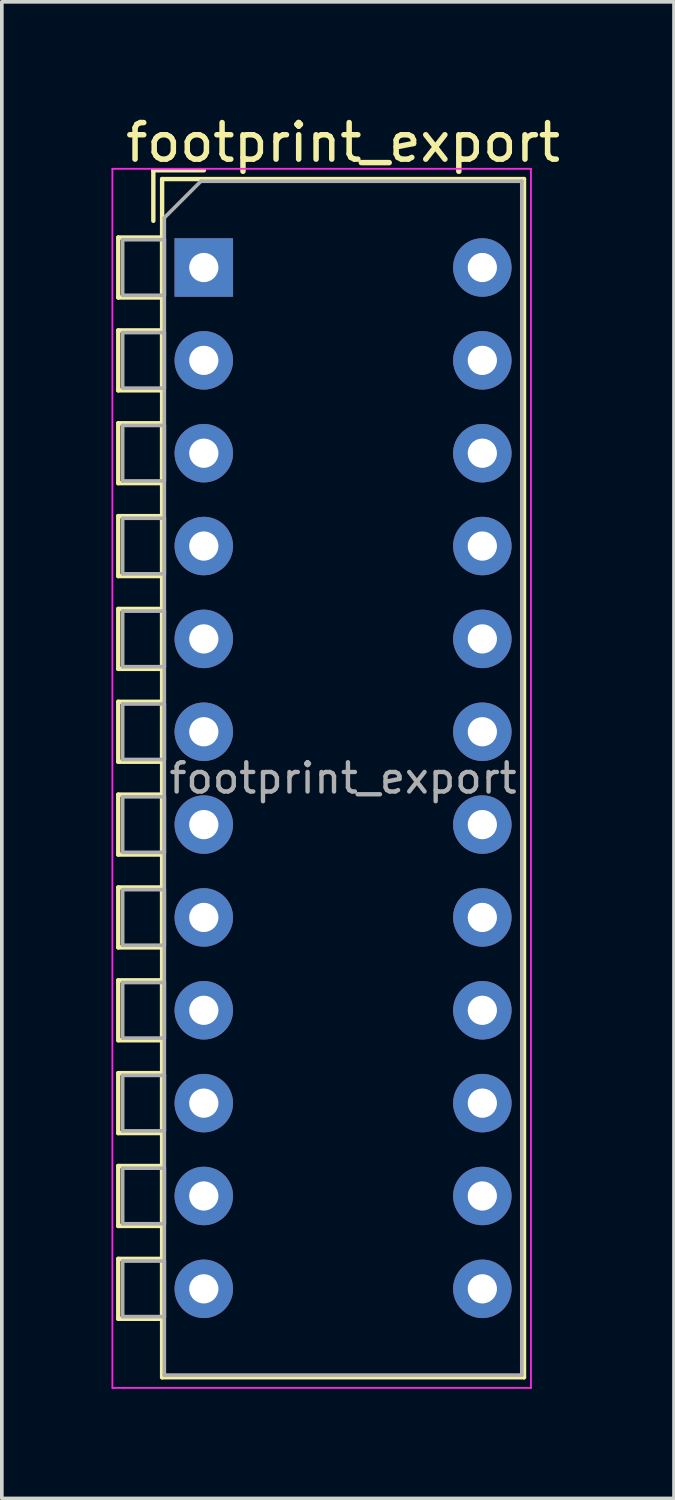
<source format=kicad_pcb>
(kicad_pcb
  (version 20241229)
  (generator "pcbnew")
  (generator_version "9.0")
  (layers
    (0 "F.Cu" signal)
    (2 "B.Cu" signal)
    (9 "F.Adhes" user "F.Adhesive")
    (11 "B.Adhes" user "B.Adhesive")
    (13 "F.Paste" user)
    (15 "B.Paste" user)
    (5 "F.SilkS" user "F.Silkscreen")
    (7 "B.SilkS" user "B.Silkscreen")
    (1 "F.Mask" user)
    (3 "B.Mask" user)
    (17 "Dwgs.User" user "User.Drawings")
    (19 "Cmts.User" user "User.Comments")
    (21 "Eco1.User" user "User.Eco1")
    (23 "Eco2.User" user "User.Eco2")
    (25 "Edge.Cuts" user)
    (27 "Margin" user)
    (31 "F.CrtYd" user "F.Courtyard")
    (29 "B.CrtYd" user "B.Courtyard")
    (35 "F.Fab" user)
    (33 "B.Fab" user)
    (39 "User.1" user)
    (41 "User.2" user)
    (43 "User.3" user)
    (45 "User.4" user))
  (footprint "footprint_export"
    (layer "F.Cu")
    (at 2.525 4.268)
    (property "Reference" "footprint_export" (at 3.81 -3.42 0) (layer "F.SilkS") (effects (font (size 1 1) (thickness 0.15))))
    (attr through_hole)
    (fp_line (start -2.34 -0.82) (end -2.34 0.82) (stroke (width 0.12) (type solid)) (layer "F.SilkS"))
    (fp_line (start -2.34 -0.82) (end -1.14 -0.82) (stroke (width 0.12) (type solid)) (layer "F.SilkS"))
    (fp_line (start -2.34 0.82) (end -1.14 0.82) (stroke (width 0.12) (type solid)) (layer "F.SilkS"))
    (fp_line (start -2.34 1.72) (end -2.34 3.361) (stroke (width 0.12) (type solid)) (layer "F.SilkS"))
    (fp_line (start -2.34 1.72) (end -1.14 1.72) (stroke (width 0.12) (type solid)) (layer "F.SilkS"))
    (fp_line (start -2.34 3.361) (end -1.14 3.361) (stroke (width 0.12) (type solid)) (layer "F.SilkS"))
    (fp_line (start -2.34 4.261) (end -2.34 5.9) (stroke (width 0.12) (type solid)) (layer "F.SilkS"))
    (fp_line (start -2.34 4.261) (end -1.14 4.261) (stroke (width 0.12) (type solid)) (layer "F.SilkS"))
    (fp_line (start -2.34 5.9) (end -1.14 5.9) (stroke (width 0.12) (type solid)) (layer "F.SilkS"))
    (fp_line (start -2.34 6.801) (end -2.34 8.441) (stroke (width 0.12) (type solid)) (layer "F.SilkS"))
    (fp_line (start -2.34 6.801) (end -1.14 6.801) (stroke (width 0.12) (type solid)) (layer "F.SilkS"))
    (fp_line (start -2.34 8.441) (end -1.14 8.441) (stroke (width 0.12) (type solid)) (layer "F.SilkS"))
    (fp_line (start -2.34 9.34) (end -2.34 10.98) (stroke (width 0.12) (type solid)) (layer "F.SilkS"))
    (fp_line (start -2.34 9.34) (end -1.14 9.34) (stroke (width 0.12) (type solid)) (layer "F.SilkS"))
    (fp_line (start -2.34 10.98) (end -1.14 10.98) (stroke (width 0.12) (type solid)) (layer "F.SilkS"))
    (fp_line (start -2.34 11.88) (end -2.34 13.52) (stroke (width 0.12) (type solid)) (layer "F.SilkS"))
    (fp_line (start -2.34 11.88) (end -1.14 11.88) (stroke (width 0.12) (type solid)) (layer "F.SilkS"))
    (fp_line (start -2.34 13.52) (end -1.14 13.52) (stroke (width 0.12) (type solid)) (layer "F.SilkS"))
    (fp_line (start -2.34 14.42) (end -2.34 16.06) (stroke (width 0.12) (type solid)) (layer "F.SilkS"))
    (fp_line (start -2.34 14.42) (end -1.14 14.42) (stroke (width 0.12) (type solid)) (layer "F.SilkS"))
    (fp_line (start -2.34 16.06) (end -1.14 16.06) (stroke (width 0.12) (type solid)) (layer "F.SilkS"))
    (fp_line (start -2.34 16.96) (end -2.34 18.6) (stroke (width 0.12) (type solid)) (layer "F.SilkS"))
    (fp_line (start -2.34 16.96) (end -1.14 16.96) (stroke (width 0.12) (type solid)) (layer "F.SilkS"))
    (fp_line (start -2.34 18.6) (end -1.14 18.6) (stroke (width 0.12) (type solid)) (layer "F.SilkS"))
    (fp_line (start -2.34 19.5) (end -2.34 21.14) (stroke (width 0.12) (type solid)) (layer "F.SilkS"))
    (fp_line (start -2.34 19.5) (end -1.14 19.5) (stroke (width 0.12) (type solid)) (layer "F.SilkS"))
    (fp_line (start -2.34 21.14) (end -1.14 21.14) (stroke (width 0.12) (type solid)) (layer "F.SilkS"))
    (fp_line (start -2.34 22.04) (end -2.34 23.68) (stroke (width 0.12) (type solid)) (layer "F.SilkS"))
    (fp_line (start -2.34 22.04) (end -1.14 22.04) (stroke (width 0.12) (type solid)) (layer "F.SilkS"))
    (fp_line (start -2.34 23.68) (end -1.14 23.68) (stroke (width 0.12) (type solid)) (layer "F.SilkS"))
    (fp_line (start -2.34 24.58) (end -2.34 26.22) (stroke (width 0.12) (type solid)) (layer "F.SilkS"))
    (fp_line (start -2.34 24.58) (end -1.14 24.58) (stroke (width 0.12) (type solid)) (layer "F.SilkS"))
    (fp_line (start -2.34 26.22) (end -1.14 26.22) (stroke (width 0.12) (type solid)) (layer "F.SilkS"))
    (fp_line (start -2.34 27.12) (end -2.34 28.76) (stroke (width 0.12) (type solid)) (layer "F.SilkS"))
    (fp_line (start -2.34 27.12) (end -1.14 27.12) (stroke (width 0.12) (type solid)) (layer "F.SilkS"))
    (fp_line (start -2.34 28.76) (end -1.14 28.76) (stroke (width 0.12) (type solid)) (layer "F.SilkS"))
    (fp_line (start -1.38 -2.66) (end -1.38 -1.277) (stroke (width 0.12) (type solid)) (layer "F.SilkS"))
    (fp_line (start -1.38 -2.66) (end 0.004 -2.66) (stroke (width 0.12) (type solid)) (layer "F.SilkS"))
    (fp_line (start -1.14 -2.42) (end -1.14 30.36) (stroke (width 0.12) (type solid)) (layer "F.SilkS"))
    (fp_line (start -1.14 -2.42) (end 8.76 -2.42) (stroke (width 0.12) (type solid)) (layer "F.SilkS"))
    (fp_line (start -1.14 -0.82) (end -1.14 0.82) (stroke (width 0.12) (type solid)) (layer "F.SilkS"))
    (fp_line (start -1.14 1.72) (end -1.14 3.361) (stroke (width 0.12) (type solid)) (layer "F.SilkS"))
    (fp_line (start -1.14 4.261) (end -1.14 5.9) (stroke (width 0.12) (type solid)) (layer "F.SilkS"))
    (fp_line (start -1.14 6.801) (end -1.14 8.441) (stroke (width 0.12) (type solid)) (layer "F.SilkS"))
    (fp_line (start -1.14 9.34) (end -1.14 10.98) (stroke (width 0.12) (type solid)) (layer "F.SilkS"))
    (fp_line (start -1.14 11.88) (end -1.14 13.52) (stroke (width 0.12) (type solid)) (layer "F.SilkS"))
    (fp_line (start -1.14 14.42) (end -1.14 16.06) (stroke (width 0.12) (type solid)) (layer "F.SilkS"))
    (fp_line (start -1.14 16.96) (end -1.14 18.6) (stroke (width 0.12) (type solid)) (layer "F.SilkS"))
    (fp_line (start -1.14 19.5) (end -1.14 21.14) (stroke (width 0.12) (type solid)) (layer "F.SilkS"))
    (fp_line (start -1.14 22.04) (end -1.14 23.68) (stroke (width 0.12) (type solid)) (layer "F.SilkS"))
    (fp_line (start -1.14 24.58) (end -1.14 26.22) (stroke (width 0.12) (type solid)) (layer "F.SilkS"))
    (fp_line (start -1.14 27.12) (end -1.14 28.76) (stroke (width 0.12) (type solid)) (layer "F.SilkS"))
    (fp_line (start -1.14 30.36) (end 8.76 30.36) (stroke (width 0.12) (type solid)) (layer "F.SilkS"))
    (fp_line (start 8.76 -2.42) (end 8.76 30.36) (stroke (width 0.12) (type solid)) (layer "F.SilkS"))
    (fp_line (start -2.5 -2.7) (end -2.5 30.65) (stroke (width 0.05) (type solid)) (layer "F.CrtYd"))
    (fp_line (start -2.5 30.65) (end 8.95 30.65) (stroke (width 0.05) (type solid)) (layer "F.CrtYd"))
    (fp_line (start 8.95 -2.7) (end -2.5 -2.7) (stroke (width 0.05) (type solid)) (layer "F.CrtYd"))
    (fp_line (start 8.95 30.65) (end 8.95 -2.7) (stroke (width 0.05) (type solid)) (layer "F.CrtYd"))
    (fp_line (start -2.22 -0.76) (end -1.08 -0.76) (stroke (width 0.1) (type solid)) (layer "F.Fab"))
    (fp_line (start -2.22 0.76) (end -2.22 -0.76) (stroke (width 0.1) (type solid)) (layer "F.Fab"))
    (fp_line (start -2.22 1.78) (end -1.08 1.78) (stroke (width 0.1) (type solid)) (layer "F.Fab"))
    (fp_line (start -2.22 3.3) (end -2.22 1.78) (stroke (width 0.1) (type solid)) (layer "F.Fab"))
    (fp_line (start -2.22 4.32) (end -1.08 4.32) (stroke (width 0.1) (type solid)) (layer "F.Fab"))
    (fp_line (start -2.22 5.84) (end -2.22 4.32) (stroke (width 0.1) (type solid)) (layer "F.Fab"))
    (fp_line (start -2.22 6.86) (end -1.08 6.86) (stroke (width 0.1) (type solid)) (layer "F.Fab"))
    (fp_line (start -2.22 8.38) (end -2.22 6.86) (stroke (width 0.1) (type solid)) (layer "F.Fab"))
    (fp_line (start -2.22 9.4) (end -1.08 9.4) (stroke (width 0.1) (type solid)) (layer "F.Fab"))
    (fp_line (start -2.22 10.92) (end -2.22 9.4) (stroke (width 0.1) (type solid)) (layer "F.Fab"))
    (fp_line (start -2.22 11.94) (end -1.08 11.94) (stroke (width 0.1) (type solid)) (layer "F.Fab"))
    (fp_line (start -2.22 13.46) (end -2.22 11.94) (stroke (width 0.1) (type solid)) (layer "F.Fab"))
    (fp_line (start -2.22 14.48) (end -1.08 14.48) (stroke (width 0.1) (type solid)) (layer "F.Fab"))
    (fp_line (start -2.22 16) (end -2.22 14.48) (stroke (width 0.1) (type solid)) (layer "F.Fab"))
    (fp_line (start -2.22 17.02) (end -1.08 17.02) (stroke (width 0.1) (type solid)) (layer "F.Fab"))
    (fp_line (start -2.22 18.54) (end -2.22 17.02) (stroke (width 0.1) (type solid)) (layer "F.Fab"))
    (fp_line (start -2.22 19.56) (end -1.08 19.56) (stroke (width 0.1) (type solid)) (layer "F.Fab"))
    (fp_line (start -2.22 21.08) (end -2.22 19.56) (stroke (width 0.1) (type solid)) (layer "F.Fab"))
    (fp_line (start -2.22 22.1) (end -1.08 22.1) (stroke (width 0.1) (type solid)) (layer "F.Fab"))
    (fp_line (start -2.22 23.62) (end -2.22 22.1) (stroke (width 0.1) (type solid)) (layer "F.Fab"))
    (fp_line (start -2.22 24.64) (end -1.08 24.64) (stroke (width 0.1) (type solid)) (layer "F.Fab"))
    (fp_line (start -2.22 26.16) (end -2.22 24.64) (stroke (width 0.1) (type solid)) (layer "F.Fab"))
    (fp_line (start -2.22 27.18) (end -1.08 27.18) (stroke (width 0.1) (type solid)) (layer "F.Fab"))
    (fp_line (start -2.22 28.7) (end -2.22 27.18) (stroke (width 0.1) (type solid)) (layer "F.Fab"))
    (fp_line (start -1.08 -1.36) (end -0.08 -2.36) (stroke (width 0.1) (type solid)) (layer "F.Fab"))
    (fp_line (start -1.08 -0.76) (end -1.08 0.76) (stroke (width 0.1) (type solid)) (layer "F.Fab"))
    (fp_line (start -1.08 0.76) (end -2.22 0.76) (stroke (width 0.1) (type solid)) (layer "F.Fab"))
    (fp_line (start -1.08 1.78) (end -1.08 3.3) (stroke (width 0.1) (type solid)) (layer "F.Fab"))
    (fp_line (start -1.08 3.3) (end -2.22 3.3) (stroke (width 0.1) (type solid)) (layer "F.Fab"))
    (fp_line (start -1.08 4.32) (end -1.08 5.84) (stroke (width 0.1) (type solid)) (layer "F.Fab"))
    (fp_line (start -1.08 5.84) (end -2.22 5.84) (stroke (width 0.1) (type solid)) (layer "F.Fab"))
    (fp_line (start -1.08 6.86) (end -1.08 8.38) (stroke (width 0.1) (type solid)) (layer "F.Fab"))
    (fp_line (start -1.08 8.38) (end -2.22 8.38) (stroke (width 0.1) (type solid)) (layer "F.Fab"))
    (fp_line (start -1.08 9.4) (end -1.08 10.92) (stroke (width 0.1) (type solid)) (layer "F.Fab"))
    (fp_line (start -1.08 10.92) (end -2.22 10.92) (stroke (width 0.1) (type solid)) (layer "F.Fab"))
    (fp_line (start -1.08 11.94) (end -1.08 13.46) (stroke (width 0.1) (type solid)) (layer "F.Fab"))
    (fp_line (start -1.08 13.46) (end -2.22 13.46) (stroke (width 0.1) (type solid)) (layer "F.Fab"))
    (fp_line (start -1.08 14.48) (end -1.08 16) (stroke (width 0.1) (type solid)) (layer "F.Fab"))
    (fp_line (start -1.08 16) (end -2.22 16) (stroke (width 0.1) (type solid)) (layer "F.Fab"))
    (fp_line (start -1.08 17.02) (end -1.08 18.54) (stroke (width 0.1) (type solid)) (layer "F.Fab"))
    (fp_line (start -1.08 18.54) (end -2.22 18.54) (stroke (width 0.1) (type solid)) (layer "F.Fab"))
    (fp_line (start -1.08 19.56) (end -1.08 21.08) (stroke (width 0.1) (type solid)) (layer "F.Fab"))
    (fp_line (start -1.08 21.08) (end -2.22 21.08) (stroke (width 0.1) (type solid)) (layer "F.Fab"))
    (fp_line (start -1.08 22.1) (end -1.08 23.62) (stroke (width 0.1) (type solid)) (layer "F.Fab"))
    (fp_line (start -1.08 23.62) (end -2.22 23.62) (stroke (width 0.1) (type solid)) (layer "F.Fab"))
    (fp_line (start -1.08 24.64) (end -1.08 26.16) (stroke (width 0.1) (type solid)) (layer "F.Fab"))
    (fp_line (start -1.08 26.16) (end -2.22 26.16) (stroke (width 0.1) (type solid)) (layer "F.Fab"))
    (fp_line (start -1.08 27.18) (end -1.08 28.7) (stroke (width 0.1) (type solid)) (layer "F.Fab"))
    (fp_line (start -1.08 28.7) (end -2.22 28.7) (stroke (width 0.1) (type solid)) (layer "F.Fab"))
    (fp_line (start -1.08 30.3) (end -1.08 -1.36) (stroke (width 0.1) (type solid)) (layer "F.Fab"))
    (fp_line (start -0.08 -2.36) (end 8.7 -2.36) (stroke (width 0.1) (type solid)) (layer "F.Fab"))
    (fp_line (start 8.7 -2.36) (end 8.7 30.3) (stroke (width 0.1) (type solid)) (layer "F.Fab"))
    (fp_line (start 8.7 30.3) (end -1.08 30.3) (stroke (width 0.1) (type solid)) (layer "F.Fab"))
    (fp_text user "${REFERENCE}" (at 3.81 13.97 0) (layer "F.Fab") (effects (font (size 0.8 0.8) (thickness 0.12))))
    (pad "1" thru_hole rect (at 0 0) (size 1.6 1.6) (drill 0.8) (layers "*.Cu" "*.Mask"))
    (pad "2" thru_hole oval (at 0 2.54) (size 1.6 1.6) (drill 0.8) (layers "*.Cu" "*.Mask"))
    (pad "3" thru_hole oval (at 0 5.08) (size 1.6 1.6) (drill 0.8) (layers "*.Cu" "*.Mask"))
    (pad "4" thru_hole oval (at 0 7.62) (size 1.6 1.6) (drill 0.8) (layers "*.Cu" "*.Mask"))
    (pad "5" thru_hole oval (at 0 10.16) (size 1.6 1.6) (drill 0.8) (layers "*.Cu" "*.Mask"))
    (pad "6" thru_hole oval (at 0 12.7) (size 1.6 1.6) (drill 0.8) (layers "*.Cu" "*.Mask"))
    (pad "7" thru_hole oval (at 0 15.24) (size 1.6 1.6) (drill 0.8) (layers "*.Cu" "*.Mask"))
    (pad "8" thru_hole oval (at 0 17.78) (size 1.6 1.6) (drill 0.8) (layers "*.Cu" "*.Mask"))
    (pad "9" thru_hole oval (at 0 20.32) (size 1.6 1.6) (drill 0.8) (layers "*.Cu" "*.Mask"))
    (pad "10" thru_hole oval (at 0 22.86) (size 1.6 1.6) (drill 0.8) (layers "*.Cu" "*.Mask"))
    (pad "11" thru_hole oval (at 0 25.4) (size 1.6 1.6) (drill 0.8) (layers "*.Cu" "*.Mask"))
    (pad "12" thru_hole oval (at 0 27.94) (size 1.6 1.6) (drill 0.8) (layers "*.Cu" "*.Mask"))
    (pad "13" thru_hole oval (at 7.62 27.94) (size 1.6 1.6) (drill 0.8) (layers "*.Cu" "*.Mask"))
    (pad "14" thru_hole oval (at 7.62 25.4) (size 1.6 1.6) (drill 0.8) (layers "*.Cu" "*.Mask"))
    (pad "15" thru_hole oval (at 7.62 22.86) (size 1.6 1.6) (drill 0.8) (layers "*.Cu" "*.Mask"))
    (pad "16" thru_hole oval (at 7.62 20.32) (size 1.6 1.6) (drill 0.8) (layers "*.Cu" "*.Mask"))
    (pad "17" thru_hole oval (at 7.62 17.78) (size 1.6 1.6) (drill 0.8) (layers "*.Cu" "*.Mask"))
    (pad "18" thru_hole oval (at 7.62 15.24) (size 1.6 1.6) (drill 0.8) (layers "*.Cu" "*.Mask"))
    (pad "19" thru_hole oval (at 7.62 12.7) (size 1.6 1.6) (drill 0.8) (layers "*.Cu" "*.Mask"))
    (pad "20" thru_hole oval (at 7.62 10.16) (size 1.6 1.6) (drill 0.8) (layers "*.Cu" "*.Mask"))
    (pad "21" thru_hole oval (at 7.62 7.62) (size 1.6 1.6) (drill 0.8) (layers "*.Cu" "*.Mask"))
    (pad "22" thru_hole oval (at 7.62 5.08) (size 1.6 1.6) (drill 0.8) (layers "*.Cu" "*.Mask"))
    (pad "23" thru_hole oval (at 7.62 2.54) (size 1.6 1.6) (drill 0.8) (layers "*.Cu" "*.Mask"))
    (pad "24" thru_hole oval (at 7.62 0) (size 1.6 1.6) (drill 0.8) (layers "*.Cu" "*.Mask")))
  (gr_rect
    (start -3 -3)
    (end 15.389 37.943)
    (stroke (width 0.1) (type default))
    (fill no)
    (layer "Edge.Cuts")))
</source>
